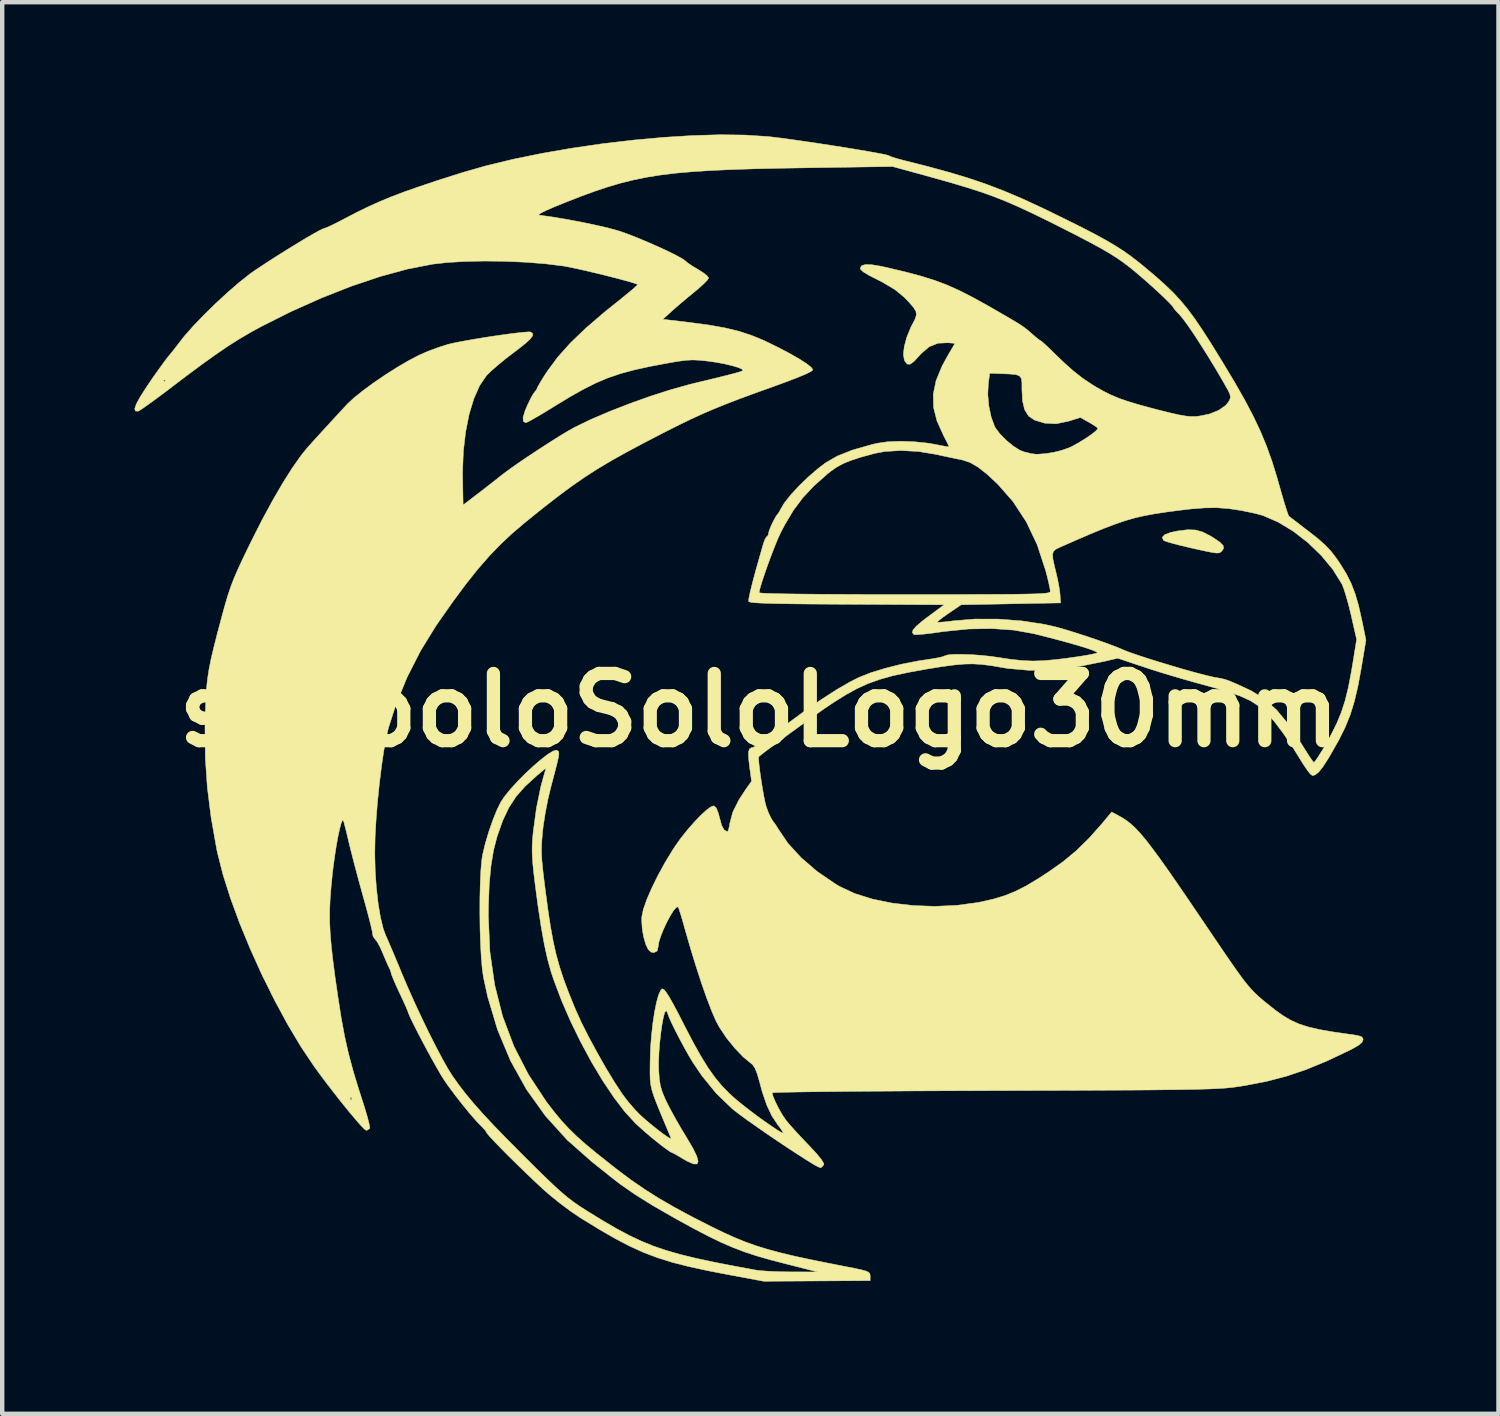
<source format=kicad_pcb>
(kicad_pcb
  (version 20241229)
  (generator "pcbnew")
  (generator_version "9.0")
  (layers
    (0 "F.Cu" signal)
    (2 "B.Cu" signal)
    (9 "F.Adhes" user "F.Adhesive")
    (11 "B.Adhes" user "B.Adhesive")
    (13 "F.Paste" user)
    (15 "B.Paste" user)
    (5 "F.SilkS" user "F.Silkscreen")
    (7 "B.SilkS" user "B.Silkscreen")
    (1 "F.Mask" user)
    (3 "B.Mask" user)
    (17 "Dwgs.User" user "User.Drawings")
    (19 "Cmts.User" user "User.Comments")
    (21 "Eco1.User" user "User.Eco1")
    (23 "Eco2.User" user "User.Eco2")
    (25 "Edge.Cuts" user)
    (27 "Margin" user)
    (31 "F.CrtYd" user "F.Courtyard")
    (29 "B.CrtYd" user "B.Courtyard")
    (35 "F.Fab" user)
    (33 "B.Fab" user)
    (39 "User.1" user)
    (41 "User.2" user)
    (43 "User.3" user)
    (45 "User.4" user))
  (footprint "simboloSoloLogo30mm"
    (layer "F.Cu")
    (at 14.161 13.054)
    (property "Reference" "simboloSoloLogo30mm" (at 0 0 0) (layer "F.SilkS") (effects (font (size 1.524 1.524) (thickness 0.3))))
    (attr through_hole)
    (fp_poly (pts (xy 9.896 -4.087) (xy 10.062 -4.04) (xy 10.244 -3.946) (xy 10.299 -3.912) (xy 10.445 -3.813) (xy 10.521 -3.737) (xy 10.534 -3.672) (xy 10.491 -3.607) (xy 10.49 -3.607) (xy 10.461 -3.582) (xy 10.424 -3.567) (xy 10.367 -3.565) (xy 10.277 -3.577) (xy 10.139 -3.604) (xy 9.941 -3.647) (xy 9.758 -3.689) (xy 9.551 -3.738) (xy 9.374 -3.784) (xy 9.243 -3.822) (xy 9.175 -3.848) (xy 9.17 -3.852) (xy 9.141 -3.919) (xy 9.195 -3.98) (xy 9.329 -4.031) (xy 9.482 -4.064) (xy 9.713 -4.093) (xy 9.896 -4.087)) (stroke (width 0.01) (type solid)) (fill yes) (layer "F.SilkS"))
    (fp_poly (pts (xy -0.317 -13.042) (xy 0.188 -13.009) (xy 0.275 -13) (xy 0.483 -12.975) (xy 0.732 -12.941) (xy 1.013 -12.901) (xy 1.312 -12.857) (xy 1.618 -12.81) (xy 1.918 -12.763) (xy 2.201 -12.717) (xy 2.454 -12.674) (xy 2.667 -12.636) (xy 2.826 -12.606) (xy 2.919 -12.584) (xy 2.939 -12.576) (xy 3.001 -12.548) (xy 3.12 -12.51) (xy 3.272 -12.469) (xy 3.281 -12.467) (xy 3.832 -12.328) (xy 4.318 -12.195) (xy 4.755 -12.063) (xy 5.163 -11.924) (xy 5.558 -11.772) (xy 5.96 -11.602) (xy 6.384 -11.406) (xy 6.582 -11.311) (xy 6.992 -11.11) (xy 7.335 -10.939) (xy 7.623 -10.79) (xy 7.865 -10.657) (xy 8.073 -10.535) (xy 8.258 -10.417) (xy 8.428 -10.296) (xy 8.597 -10.166) (xy 8.764 -10.03) (xy 9.007 -9.824) (xy 9.214 -9.639) (xy 9.396 -9.463) (xy 9.561 -9.284) (xy 9.72 -9.092) (xy 9.881 -8.874) (xy 10.054 -8.619) (xy 10.249 -8.315) (xy 10.474 -7.95) (xy 10.508 -7.895) (xy 10.782 -7.439) (xy 11.012 -7.035) (xy 11.205 -6.668) (xy 11.368 -6.323) (xy 11.508 -5.985) (xy 11.632 -5.639) (xy 11.746 -5.269) (xy 11.793 -5.103) (xy 11.858 -4.876) (xy 11.916 -4.678) (xy 11.965 -4.524) (xy 11.999 -4.427) (xy 12.012 -4.401) (xy 12.056 -4.367) (xy 12.154 -4.292) (xy 12.291 -4.186) (xy 12.454 -4.061) (xy 12.482 -4.04) (xy 12.687 -3.878) (xy 12.841 -3.74) (xy 12.967 -3.606) (xy 13.085 -3.453) (xy 13.166 -3.335) (xy 13.309 -3.105) (xy 13.422 -2.882) (xy 13.515 -2.642) (xy 13.595 -2.365) (xy 13.671 -2.026) (xy 13.674 -2.012) (xy 13.76 -1.59) (xy 13.652 -0.945) (xy 13.578 -0.543) (xy 13.498 -0.202) (xy 13.404 0.102) (xy 13.287 0.391) (xy 13.138 0.689) (xy 12.95 1.019) (xy 12.907 1.091) (xy 12.786 1.28) (xy 12.689 1.402) (xy 12.609 1.466) (xy 12.547 1.482) (xy 12.501 1.448) (xy 12.429 1.358) (xy 12.345 1.232) (xy 12.335 1.217) (xy 12.103 0.844) (xy 11.884 0.522) (xy 11.687 0.26) (xy 11.515 0.066) (xy 11.477 0.029) (xy 11.318 -0.103) (xy 11.14 -0.216) (xy 10.927 -0.315) (xy 10.664 -0.41) (xy 10.333 -0.507) (xy 10.313 -0.513) (xy 9.884 -0.63) (xy 9.518 -0.735) (xy 9.194 -0.831) (xy 8.892 -0.926) (xy 8.607 -1.02) (xy 8.133 -1.18) (xy 7.803 -1.103) (xy 7.194 -0.981) (xy 6.638 -0.916) (xy 6.123 -0.905) (xy 5.638 -0.948) (xy 5.507 -0.97) (xy 5.261 -1.012) (xy 5.049 -1.039) (xy 4.852 -1.051) (xy 4.65 -1.047) (xy 4.425 -1.027) (xy 4.157 -0.991) (xy 3.827 -0.938) (xy 3.792 -0.932) (xy 3.38 -0.857) (xy 3.035 -0.783) (xy 2.739 -0.701) (xy 2.474 -0.606) (xy 2.221 -0.491) (xy 1.964 -0.349) (xy 1.684 -0.174) (xy 1.63 -0.138) (xy 1.509 -0.056) (xy 1.344 0.059) (xy 1.149 0.198) (xy 0.936 0.351) (xy 0.718 0.509) (xy 0.507 0.663) (xy 0.317 0.804) (xy 0.158 0.923) (xy 0.045 1.01) (xy -0.007 1.053) (xy -0.011 1.102) (xy -0.002 1.216) (xy 0.017 1.375) (xy 0.043 1.561) (xy 0.074 1.755) (xy 0.106 1.938) (xy 0.137 2.091) (xy 0.162 2.185) (xy 0.211 2.319) (xy 0.27 2.444) (xy 0.323 2.528) (xy 0.334 2.54) (xy 0.371 2.589) (xy 0.425 2.677) (xy 0.427 2.681) (xy 0.655 3.017) (xy 0.957 3.346) (xy 1.319 3.657) (xy 1.732 3.939) (xy 1.824 3.994) (xy 2.163 4.153) (xy 2.565 4.28) (xy 3.013 4.372) (xy 3.492 4.428) (xy 3.986 4.446) (xy 4.477 4.424) (xy 4.95 4.361) (xy 5.038 4.344) (xy 5.321 4.279) (xy 5.571 4.203) (xy 5.809 4.107) (xy 6.054 3.983) (xy 6.326 3.82) (xy 6.583 3.653) (xy 6.907 3.422) (xy 7.197 3.18) (xy 7.475 2.908) (xy 7.764 2.584) (xy 7.818 2.519) (xy 7.994 2.307) (xy 8.15 2.39) (xy 8.249 2.446) (xy 8.343 2.509) (xy 8.438 2.584) (xy 8.537 2.677) (xy 8.646 2.794) (xy 8.769 2.94) (xy 8.909 3.122) (xy 9.073 3.344) (xy 9.264 3.612) (xy 9.486 3.932) (xy 9.745 4.31) (xy 10.044 4.752) (xy 10.14 4.893) (xy 10.378 5.245) (xy 10.575 5.535) (xy 10.737 5.77) (xy 10.871 5.959) (xy 10.981 6.109) (xy 11.076 6.229) (xy 11.161 6.327) (xy 11.241 6.411) (xy 11.324 6.488) (xy 11.415 6.567) (xy 11.481 6.621) (xy 11.688 6.787) (xy 11.874 6.921) (xy 12.053 7.027) (xy 12.242 7.112) (xy 12.454 7.181) (xy 12.703 7.239) (xy 13.006 7.292) (xy 13.375 7.345) (xy 13.441 7.353) (xy 13.584 7.377) (xy 13.662 7.404) (xy 13.692 7.443) (xy 13.695 7.472) (xy 13.672 7.528) (xy 13.597 7.593) (xy 13.458 7.674) (xy 13.377 7.715) (xy 12.872 7.954) (xy 12.406 8.146) (xy 11.958 8.297) (xy 11.503 8.416) (xy 11.019 8.509) (xy 10.858 8.534) (xy 10.776 8.546) (xy 10.687 8.556) (xy 10.588 8.566) (xy 10.473 8.574) (xy 10.338 8.581) (xy 10.177 8.588) (xy 9.986 8.593) (xy 9.76 8.598) (xy 9.493 8.603) (xy 9.181 8.606) (xy 8.819 8.61) (xy 8.402 8.613) (xy 7.925 8.615) (xy 7.383 8.618) (xy 6.771 8.62) (xy 6.084 8.622) (xy 5.323 8.624) (xy 4.679 8.627) (xy 4.058 8.629) (xy 3.466 8.632) (xy 2.909 8.636) (xy 2.391 8.639) (xy 1.919 8.644) (xy 1.496 8.648) (xy 1.128 8.652) (xy 0.821 8.657) (xy 0.58 8.662) (xy 0.409 8.666) (xy 0.315 8.671) (xy 0.296 8.674) (xy 0.317 8.755) (xy 0.371 8.882) (xy 0.446 9.031) (xy 0.529 9.176) (xy 0.607 9.292) (xy 0.688 9.389) (xy 0.812 9.528) (xy 0.961 9.689) (xy 1.115 9.851) (xy 1.295 10.043) (xy 1.411 10.184) (xy 1.465 10.274) (xy 1.467 10.306) (xy 1.416 10.363) (xy 1.385 10.372) (xy 1.33 10.348) (xy 1.216 10.284) (xy 1.056 10.185) (xy 0.86 10.059) (xy 0.639 9.915) (xy 0.405 9.758) (xy 0.169 9.598) (xy -0.058 9.44) (xy -0.266 9.294) (xy -0.442 9.165) (xy -0.576 9.062) (xy -0.613 9.031) (xy -0.971 8.687) (xy -1.299 8.284) (xy -1.504 7.98) (xy -1.597 7.825) (xy -1.699 7.642) (xy -1.804 7.447) (xy -1.902 7.256) (xy -1.985 7.086) (xy -2.045 6.952) (xy -2.073 6.872) (xy -2.074 6.863) (xy -2.1 6.818) (xy -2.111 6.816) (xy -2.14 6.855) (xy -2.17 6.963) (xy -2.2 7.123) (xy -2.228 7.319) (xy -2.252 7.535) (xy -2.269 7.753) (xy -2.278 7.959) (xy -2.277 8.136) (xy -2.277 8.144) (xy -2.262 8.353) (xy -2.238 8.512) (xy -2.195 8.656) (xy -2.126 8.82) (xy -2.099 8.876) (xy -2.013 9.046) (xy -1.896 9.259) (xy -1.765 9.487) (xy -1.645 9.685) (xy -1.501 9.929) (xy -1.413 10.11) (xy -1.382 10.229) (xy -1.407 10.288) (xy -1.488 10.287) (xy -1.626 10.227) (xy -1.742 10.16) (xy -1.857 10.091) (xy -1.941 10.045) (xy -1.969 10.033) (xy -2.021 10.007) (xy -2.122 9.936) (xy -2.257 9.833) (xy -2.411 9.709) (xy -2.569 9.576) (xy -2.716 9.445) (xy -2.808 9.36) (xy -3.044 9.103) (xy -3.293 8.777) (xy -3.548 8.396) (xy -3.801 7.973) (xy -4.045 7.521) (xy -4.274 7.053) (xy -4.478 6.583) (xy -4.652 6.124) (xy -4.717 5.929) (xy -4.794 5.652) (xy -4.868 5.317) (xy -4.94 4.916) (xy -5.012 4.443) (xy -5.08 3.929) (xy -5.114 3.647) (xy -5.135 3.426) (xy -5.145 3.244) (xy -5.145 3.079) (xy -5.135 2.908) (xy -5.122 2.768) (xy -5.048 2.216) (xy -4.946 1.72) (xy -4.889 1.511) (xy -4.829 1.307) (xy -5.038 1.482) (xy -5.3 1.72) (xy -5.508 1.955) (xy -5.674 2.209) (xy -5.813 2.503) (xy -5.939 2.86) (xy -5.94 2.862) (xy -6.021 3.175) (xy -6.08 3.534) (xy -6.118 3.949) (xy -6.136 4.431) (xy -6.138 4.682) (xy -6.103 5.476) (xy -5.995 6.227) (xy -5.815 6.939) (xy -5.56 7.616) (xy -5.229 8.26) (xy -4.823 8.876) (xy -4.784 8.927) (xy -4.626 9.131) (xy -4.474 9.313) (xy -4.315 9.484) (xy -4.139 9.656) (xy -3.933 9.839) (xy -3.687 10.043) (xy -3.389 10.28) (xy -3.214 10.417) (xy -2.907 10.647) (xy -2.598 10.86) (xy -2.273 11.066) (xy -1.914 11.273) (xy -1.507 11.492) (xy -1.082 11.708) (xy -0.813 11.839) (xy -0.564 11.952) (xy -0.322 12.051) (xy -0.074 12.14) (xy 0.19 12.222) (xy 0.484 12.301) (xy 0.819 12.381) (xy 1.207 12.464) (xy 1.661 12.555) (xy 1.926 12.607) (xy 2.159 12.652) (xy 2.321 12.687) (xy 2.425 12.716) (xy 2.485 12.743) (xy 2.511 12.773) (xy 2.519 12.812) (xy 2.519 12.827) (xy 2.519 12.933) (xy 1.312 12.94) (xy 0.106 12.947) (xy -0.677 12.801) (xy -1.169 12.706) (xy -1.593 12.614) (xy -1.965 12.519) (xy -2.301 12.414) (xy -2.617 12.295) (xy -2.929 12.153) (xy -3.254 11.984) (xy -3.606 11.781) (xy -4.003 11.538) (xy -4.06 11.502) (xy -4.278 11.355) (xy -4.521 11.173) (xy -4.756 10.983) (xy -4.905 10.852) (xy -5.096 10.674) (xy -5.296 10.483) (xy -5.496 10.288) (xy -5.687 10.1) (xy -5.859 9.926) (xy -6.003 9.777) (xy -6.11 9.662) (xy -6.171 9.59) (xy -6.181 9.572) (xy -6.209 9.524) (xy -6.278 9.449) (xy -6.291 9.437) (xy -6.41 9.314) (xy -6.562 9.14) (xy -6.73 8.934) (xy -6.901 8.716) (xy -7.057 8.504) (xy -7.146 8.375) (xy -7.216 8.263) (xy -7.308 8.104) (xy -7.415 7.913) (xy -7.53 7.703) (xy -7.644 7.488) (xy -7.751 7.283) (xy -7.843 7.101) (xy -7.913 6.957) (xy -7.952 6.865) (xy -7.959 6.841) (xy -7.976 6.797) (xy -8.021 6.693) (xy -8.088 6.546) (xy -8.149 6.416) (xy -8.228 6.245) (xy -8.291 6.101) (xy -8.33 6.002) (xy -8.34 5.968) (xy -8.359 5.898) (xy -8.381 5.852) (xy -8.417 5.777) (xy -8.473 5.65) (xy -8.534 5.503) (xy -8.598 5.361) (xy -8.659 5.25) (xy -8.704 5.195) (xy -8.704 5.194) (xy -8.752 5.128) (xy -8.763 5.071) (xy -8.774 5.002) (xy -8.805 4.867) (xy -8.852 4.681) (xy -8.912 4.457) (xy -8.975 4.229) (xy -9.053 3.948) (xy -9.132 3.655) (xy -9.205 3.378) (xy -9.234 3.261) (xy -8.713 3.261) (xy -8.703 3.65) (xy -8.677 4.028) (xy -8.637 4.381) (xy -8.585 4.693) (xy -8.523 4.949) (xy -8.467 5.101) (xy -8.408 5.234) (xy -8.327 5.423) (xy -8.233 5.646) (xy -8.135 5.88) (xy -8.108 5.948) (xy -7.97 6.271) (xy -7.817 6.615) (xy -7.654 6.965) (xy -7.489 7.307) (xy -7.328 7.625) (xy -7.18 7.906) (xy -7.051 8.135) (xy -6.962 8.276) (xy -6.818 8.481) (xy -6.658 8.689) (xy -6.474 8.911) (xy -6.259 9.153) (xy -6.005 9.425) (xy -5.704 9.735) (xy -5.349 10.092) (xy -5.281 10.16) (xy -5.016 10.423) (xy -4.799 10.634) (xy -4.621 10.804) (xy -4.469 10.94) (xy -4.333 11.053) (xy -4.203 11.152) (xy -4.068 11.246) (xy -3.917 11.343) (xy -3.841 11.39) (xy -3.516 11.589) (xy -3.221 11.76) (xy -2.945 11.907) (xy -2.676 12.034) (xy -2.403 12.146) (xy -2.114 12.245) (xy -1.798 12.336) (xy -1.444 12.423) (xy -1.04 12.51) (xy -0.574 12.601) (xy -0.064 12.695) (xy 0.059 12.709) (xy 0.242 12.721) (xy 0.464 12.73) (xy 0.7 12.734) (xy 0.741 12.734) (xy 1.333 12.736) (xy 0.614 12.554) (xy 0.26 12.462) (xy -0.05 12.373) (xy -0.33 12.281) (xy -0.598 12.179) (xy -0.869 12.061) (xy -1.161 11.919) (xy -1.489 11.748) (xy -1.869 11.54) (xy -1.949 11.495) (xy -2.421 11.223) (xy -2.821 10.973) (xy -3.155 10.741) (xy -3.365 10.577) (xy -3.434 10.521) (xy -3.551 10.428) (xy -3.696 10.313) (xy -3.789 10.239) (xy -4.351 9.743) (xy -4.847 9.194) (xy -5.276 8.594) (xy -5.637 7.944) (xy -5.93 7.244) (xy -6.154 6.495) (xy -6.251 6.046) (xy -6.278 5.85) (xy -6.3 5.591) (xy -6.316 5.284) (xy -6.327 4.948) (xy -6.331 4.599) (xy -6.33 4.254) (xy -6.322 3.929) (xy -6.309 3.642) (xy -6.289 3.41) (xy -6.27 3.281) (xy -6.21 3.03) (xy -6.129 2.756) (xy -6.035 2.486) (xy -5.938 2.247) (xy -5.852 2.075) (xy -5.758 1.938) (xy -5.626 1.777) (xy -5.468 1.605) (xy -5.294 1.43) (xy -5.116 1.265) (xy -4.946 1.119) (xy -4.796 1.003) (xy -4.675 0.928) (xy -4.597 0.904) (xy -4.588 0.906) (xy -4.561 0.92) (xy -4.544 0.943) (xy -4.539 0.986) (xy -4.549 1.062) (xy -4.575 1.181) (xy -4.619 1.354) (xy -4.682 1.594) (xy -4.714 1.714) (xy -4.785 2.008) (xy -4.847 2.324) (xy -4.893 2.621) (xy -4.908 2.752) (xy -4.924 2.929) (xy -4.932 3.082) (xy -4.933 3.231) (xy -4.925 3.393) (xy -4.907 3.587) (xy -4.878 3.831) (xy -4.846 4.085) (xy -4.786 4.532) (xy -4.728 4.912) (xy -4.668 5.241) (xy -4.601 5.538) (xy -4.524 5.817) (xy -4.432 6.098) (xy -4.32 6.397) (xy -4.185 6.73) (xy -4.158 6.795) (xy -4.03 7.076) (xy -3.865 7.404) (xy -3.676 7.754) (xy -3.477 8.105) (xy -3.279 8.431) (xy -3.103 8.7) (xy -2.975 8.869) (xy -2.82 9.049) (xy -2.703 9.17) (xy -2.587 9.275) (xy -2.453 9.388) (xy -2.315 9.499) (xy -2.187 9.597) (xy -2.081 9.671) (xy -2.013 9.711) (xy -1.995 9.708) (xy -2.018 9.651) (xy -2.064 9.54) (xy -2.123 9.399) (xy -2.125 9.396) (xy -2.239 9.122) (xy -2.325 8.91) (xy -2.388 8.745) (xy -2.43 8.611) (xy -2.456 8.492) (xy -2.469 8.37) (xy -2.473 8.232) (xy -2.472 8.06) (xy -2.47 7.938) (xy -2.461 7.655) (xy -2.439 7.37) (xy -2.408 7.094) (xy -2.37 6.842) (xy -2.326 6.625) (xy -2.279 6.456) (xy -2.231 6.349) (xy -2.194 6.316) (xy -2.16 6.33) (xy -2.111 6.387) (xy -2.042 6.493) (xy -1.95 6.656) (xy -1.829 6.883) (xy -1.697 7.141) (xy -1.497 7.526) (xy -1.319 7.844) (xy -1.156 8.108) (xy -0.998 8.33) (xy -0.838 8.522) (xy -0.666 8.697) (xy -0.517 8.83) (xy -0.378 8.944) (xy -0.216 9.07) (xy -0.042 9.201) (xy 0.131 9.325) (xy 0.289 9.435) (xy 0.42 9.522) (xy 0.511 9.576) (xy 0.55 9.588) (xy 0.55 9.586) (xy 0.526 9.54) (xy 0.465 9.452) (xy 0.422 9.397) (xy 0.289 9.196) (xy 0.173 8.95) (xy 0.069 8.642) (xy 0.018 8.452) (xy -0.04 8.249) (xy -0.093 8.115) (xy -0.148 8.034) (xy -0.177 8.011) (xy -0.359 7.861) (xy -0.553 7.658) (xy -0.74 7.427) (xy -0.898 7.191) (xy -0.974 7.051) (xy -1.072 6.826) (xy -1.185 6.532) (xy -1.308 6.181) (xy -1.436 5.786) (xy -1.566 5.36) (xy -1.67 4.999) (xy -1.726 4.801) (xy -1.775 4.635) (xy -1.813 4.516) (xy -1.833 4.461) (xy -1.835 4.459) (xy -1.876 4.468) (xy -1.938 4.54) (xy -2.013 4.659) (xy -2.092 4.806) (xy -2.167 4.967) (xy -2.23 5.124) (xy -2.273 5.261) (xy -2.286 5.352) (xy -2.31 5.458) (xy -2.383 5.495) (xy -2.451 5.483) (xy -2.513 5.425) (xy -2.571 5.303) (xy -2.618 5.138) (xy -2.65 4.951) (xy -2.662 4.764) (xy -2.658 4.68) (xy -2.624 4.514) (xy -2.547 4.294) (xy -2.435 4.035) (xy -2.295 3.75) (xy -2.134 3.456) (xy -1.958 3.166) (xy -1.911 3.094) (xy -1.779 2.907) (xy -1.629 2.719) (xy -1.474 2.541) (xy -1.325 2.385) (xy -1.192 2.263) (xy -1.087 2.187) (xy -1.026 2.167) (xy -0.972 2.213) (xy -0.923 2.334) (xy -0.898 2.433) (xy -0.848 2.611) (xy -0.791 2.714) (xy -0.722 2.751) (xy -0.715 2.751) (xy -0.694 2.714) (xy -0.672 2.619) (xy -0.663 2.561) (xy -0.596 2.311) (xy -0.459 2.035) (xy -0.313 1.81) (xy -0.17 1.609) (xy -0.215 1.287) (xy -0.238 1.085) (xy -0.24 0.952) (xy -0.218 0.877) (xy -0.171 0.848) (xy -0.15 0.847) (xy -0.096 0.822) (xy 0.012 0.755) (xy 0.164 0.652) (xy 0.345 0.522) (xy 0.518 0.395) (xy 0.988 0.051) (xy 1.399 -0.235) (xy 1.757 -0.466) (xy 2.064 -0.644) (xy 2.26 -0.743) (xy 2.527 -0.849) (xy 2.855 -0.95) (xy 3.219 -1.042) (xy 3.593 -1.116) (xy 3.81 -1.149) (xy 3.978 -1.175) (xy 4.115 -1.202) (xy 4.198 -1.227) (xy 4.21 -1.234) (xy 4.279 -1.255) (xy 4.413 -1.267) (xy 4.597 -1.268) (xy 4.811 -1.261) (xy 5.039 -1.245) (xy 5.263 -1.221) (xy 5.376 -1.204) (xy 5.697 -1.156) (xy 5.965 -1.127) (xy 6.207 -1.116) (xy 6.452 -1.124) (xy 6.73 -1.149) (xy 6.981 -1.18) (xy 7.208 -1.212) (xy 7.405 -1.243) (xy 7.558 -1.272) (xy 7.651 -1.294) (xy 7.67 -1.303) (xy 7.645 -1.327) (xy 7.546 -1.368) (xy 7.381 -1.424) (xy 7.158 -1.49) (xy 6.886 -1.567) (xy 6.572 -1.65) (xy 6.225 -1.737) (xy 6.223 -1.737) (xy 5.778 -1.817) (xy 5.28 -1.852) (xy 4.748 -1.842) (xy 4.203 -1.787) (xy 4.157 -1.781) (xy 3.939 -1.75) (xy 3.75 -1.728) (xy 3.606 -1.715) (xy 3.524 -1.713) (xy 3.512 -1.716) (xy 3.475 -1.76) (xy 3.491 -1.821) (xy 3.566 -1.907) (xy 3.672 -1.997) (xy 4.042 -1.997) (xy 4.089 -1.995) (xy 4.199 -2.003) (xy 4.351 -2.02) (xy 4.407 -2.028) (xy 4.897 -2.068) (xy 5.426 -2.067) (xy 5.961 -2.026) (xy 6.469 -1.948) (xy 6.733 -1.888) (xy 6.939 -1.83) (xy 7.185 -1.754) (xy 7.45 -1.668) (xy 7.713 -1.578) (xy 7.951 -1.492) (xy 8.144 -1.418) (xy 8.234 -1.379) (xy 8.363 -1.327) (xy 8.556 -1.259) (xy 8.797 -1.18) (xy 9.067 -1.095) (xy 9.352 -1.009) (xy 9.634 -0.926) (xy 9.896 -0.853) (xy 10.122 -0.794) (xy 10.295 -0.753) (xy 10.372 -0.739) (xy 10.47 -0.723) (xy 10.566 -0.699) (xy 10.676 -0.66) (xy 10.817 -0.6) (xy 11.005 -0.514) (xy 11.16 -0.441) (xy 11.448 -0.264) (xy 11.729 -0.012) (xy 12.006 0.32) (xy 12.28 0.733) (xy 12.386 0.904) (xy 12.477 1.046) (xy 12.544 1.144) (xy 12.579 1.184) (xy 12.58 1.184) (xy 12.612 1.15) (xy 12.675 1.06) (xy 12.757 0.928) (xy 12.8 0.857) (xy 12.966 0.562) (xy 13.098 0.298) (xy 13.203 0.043) (xy 13.289 -0.223) (xy 13.362 -0.521) (xy 13.429 -0.873) (xy 13.462 -1.068) (xy 13.549 -1.607) (xy 13.424 -2.155) (xy 13.37 -2.376) (xy 13.313 -2.581) (xy 13.26 -2.75) (xy 13.217 -2.859) (xy 13.214 -2.864) (xy 13.009 -3.193) (xy 12.746 -3.51) (xy 12.441 -3.804) (xy 12.109 -4.061) (xy 11.765 -4.268) (xy 11.425 -4.415) (xy 11.259 -4.461) (xy 10.929 -4.53) (xy 10.643 -4.573) (xy 10.373 -4.592) (xy 10.094 -4.588) (xy 9.779 -4.563) (xy 9.521 -4.532) (xy 9.226 -4.493) (xy 8.971 -4.454) (xy 8.741 -4.412) (xy 8.524 -4.362) (xy 8.308 -4.3) (xy 8.078 -4.222) (xy 7.823 -4.125) (xy 7.528 -4.004) (xy 7.182 -3.855) (xy 6.806 -3.689) (xy 6.722 -3.648) (xy 6.673 -3.6) (xy 6.654 -3.53) (xy 6.664 -3.421) (xy 6.7 -3.257) (xy 6.729 -3.14) (xy 6.772 -2.954) (xy 6.806 -2.772) (xy 6.824 -2.631) (xy 6.824 -2.625) (xy 6.837 -2.434) (xy 5.71 -2.413) (xy 4.582 -2.392) (xy 4.304 -2.203) (xy 4.176 -2.113) (xy 4.084 -2.042) (xy 4.043 -2.002) (xy 4.042 -1.997) (xy 3.672 -1.997) (xy 3.704 -2.025) (xy 3.834 -2.123) (xy 4.196 -2.392) (xy 1.991 -2.403) (xy 1.483 -2.406) (xy 1.054 -2.409) (xy 0.699 -2.413) (xy 0.41 -2.418) (xy 0.183 -2.424) (xy 0.012 -2.431) (xy -0.11 -2.439) (xy -0.188 -2.449) (xy -0.228 -2.461) (xy -0.236 -2.468) (xy -0.232 -2.532) (xy -0.205 -2.666) (xy 0 -2.666) (xy 0.042 -2.658) (xy 0.166 -2.65) (xy 0.371 -2.644) (xy 0.654 -2.638) (xy 1.013 -2.634) (xy 1.445 -2.63) (xy 1.949 -2.627) (xy 2.522 -2.625) (xy 3.163 -2.625) (xy 3.302 -2.625) (xy 3.909 -2.625) (xy 4.437 -2.625) (xy 4.892 -2.626) (xy 5.278 -2.627) (xy 5.602 -2.629) (xy 5.868 -2.631) (xy 6.083 -2.635) (xy 6.252 -2.639) (xy 6.38 -2.645) (xy 6.473 -2.651) (xy 6.536 -2.659) (xy 6.575 -2.669) (xy 6.596 -2.68) (xy 6.603 -2.693) (xy 6.604 -2.699) (xy 6.593 -2.77) (xy 6.565 -2.901) (xy 6.524 -3.07) (xy 6.497 -3.171) (xy 6.306 -3.752) (xy 6.06 -4.271) (xy 5.757 -4.733) (xy 5.42 -5.117) (xy 5.176 -5.347) (xy 4.966 -5.512) (xy 4.781 -5.619) (xy 4.611 -5.675) (xy 4.602 -5.677) (xy 4.48 -5.701) (xy 4.306 -5.738) (xy 4.109 -5.78) (xy 4.022 -5.8) (xy 3.616 -5.867) (xy 3.218 -5.889) (xy 2.851 -5.867) (xy 2.625 -5.824) (xy 2.326 -5.743) (xy 2.092 -5.668) (xy 1.907 -5.593) (xy 1.752 -5.508) (xy 1.609 -5.407) (xy 1.555 -5.364) (xy 1.245 -5.088) (xy 0.993 -4.82) (xy 0.778 -4.533) (xy 0.581 -4.202) (xy 0.488 -4.023) (xy 0.427 -3.892) (xy 0.354 -3.714) (xy 0.275 -3.509) (xy 0.195 -3.293) (xy 0.122 -3.083) (xy 0.06 -2.898) (xy 0.018 -2.754) (xy 0.000147 -2.67) (xy 0 -2.666) (xy -0.205 -2.666) (xy -0.203 -2.673) (xy -0.15 -2.889) (xy -0.074 -3.174) (xy 0.026 -3.527) (xy 0.098 -3.778) (xy 0.135 -3.879) (xy 0.17 -3.934) (xy 0.178 -3.937) (xy 0.208 -3.972) (xy 0.212 -4.002) (xy 0.23 -4.075) (xy 0.276 -4.188) (xy 0.334 -4.309) (xy 0.389 -4.406) (xy 0.42 -4.445) (xy 0.457 -4.497) (xy 0.488 -4.557) (xy 0.578 -4.707) (xy 0.723 -4.889) (xy 0.909 -5.09) (xy 1.12 -5.293) (xy 1.342 -5.484) (xy 1.505 -5.608) (xy 1.772 -5.763) (xy 2.121 -5.901) (xy 2.553 -6.024) (xy 2.688 -6.055) (xy 2.92 -6.088) (xy 3.205 -6.099) (xy 3.512 -6.089) (xy 3.814 -6.058) (xy 3.958 -6.034) (xy 4.116 -6.004) (xy 4.238 -5.981) (xy 4.303 -5.97) (xy 4.308 -5.969) (xy 4.296 -6.003) (xy 4.253 -6.093) (xy 4.187 -6.22) (xy 4.18 -6.234) (xy 4.033 -6.561) (xy 3.956 -6.868) (xy 3.95 -7.162) (xy 5.186 -7.162) (xy 5.21 -6.897) (xy 5.263 -6.645) (xy 5.34 -6.437) (xy 5.359 -6.402) (xy 5.462 -6.265) (xy 5.603 -6.122) (xy 5.759 -5.993) (xy 5.907 -5.898) (xy 6.005 -5.859) (xy 6.104 -5.836) (xy 6.16 -5.82) (xy 6.293 -5.804) (xy 6.496 -5.818) (xy 6.669 -5.846) (xy 6.841 -5.887) (xy 7.008 -5.943) (xy 7.087 -5.978) (xy 7.242 -6.063) (xy 7.395 -6.157) (xy 7.53 -6.249) (xy 7.63 -6.328) (xy 7.68 -6.381) (xy 7.682 -6.394) (xy 7.636 -6.433) (xy 7.54 -6.494) (xy 7.473 -6.533) (xy 7.285 -6.638) (xy 7.018 -6.554) (xy 6.737 -6.496) (xy 6.476 -6.509) (xy 6.244 -6.58) (xy 6.111 -6.67) (xy 6.021 -6.815) (xy 5.972 -7.023) (xy 5.96 -7.271) (xy 5.96 -7.422) (xy 5.947 -7.521) (xy 5.906 -7.58) (xy 5.822 -7.611) (xy 5.681 -7.624) (xy 5.504 -7.631) (xy 5.23 -7.641) (xy 5.198 -7.408) (xy 5.186 -7.162) (xy 3.95 -7.162) (xy 3.95 -7.168) (xy 4.014 -7.476) (xy 4.149 -7.804) (xy 4.268 -8.022) (xy 4.442 -8.319) (xy 4.285 -8.332) (xy 4.056 -8.322) (xy 3.857 -8.242) (xy 3.674 -8.086) (xy 3.635 -8.042) (xy 3.513 -7.909) (xy 3.424 -7.846) (xy 3.358 -7.85) (xy 3.305 -7.916) (xy 3.294 -7.937) (xy 3.272 -8.067) (xy 3.292 -8.246) (xy 3.348 -8.455) (xy 3.437 -8.673) (xy 3.478 -8.754) (xy 3.539 -8.872) (xy 3.567 -8.963) (xy 3.557 -9.043) (xy 3.503 -9.133) (xy 3.4 -9.251) (xy 3.29 -9.365) (xy 3.085 -9.535) (xy 2.799 -9.705) (xy 2.691 -9.76) (xy 2.493 -9.861) (xy 2.367 -9.937) (xy 2.304 -9.994) (xy 2.295 -10.028) (xy 2.329 -10.082) (xy 2.413 -10.106) (xy 2.553 -10.102) (xy 2.759 -10.068) (xy 2.919 -10.033) (xy 3.331 -9.935) (xy 3.68 -9.842) (xy 3.985 -9.746) (xy 4.267 -9.64) (xy 4.545 -9.515) (xy 4.841 -9.364) (xy 5.174 -9.18) (xy 5.26 -9.131) (xy 5.511 -8.986) (xy 5.7 -8.876) (xy 5.84 -8.793) (xy 5.943 -8.728) (xy 6.021 -8.673) (xy 6.087 -8.622) (xy 6.152 -8.566) (xy 6.182 -8.539) (xy 6.282 -8.453) (xy 6.355 -8.396) (xy 6.38 -8.382) (xy 6.418 -8.354) (xy 6.501 -8.28) (xy 6.614 -8.172) (xy 6.669 -8.117) (xy 6.919 -7.877) (xy 7.134 -7.686) (xy 7.335 -7.529) (xy 7.54 -7.391) (xy 7.634 -7.333) (xy 7.809 -7.234) (xy 7.977 -7.15) (xy 8.155 -7.075) (xy 8.359 -7.004) (xy 8.607 -6.929) (xy 8.914 -6.846) (xy 9.059 -6.808) (xy 9.324 -6.742) (xy 9.524 -6.697) (xy 9.677 -6.67) (xy 9.801 -6.66) (xy 9.912 -6.662) (xy 9.963 -6.667) (xy 10.21 -6.716) (xy 10.422 -6.801) (xy 10.581 -6.913) (xy 10.644 -6.992) (xy 10.676 -7.051) (xy 10.688 -7.104) (xy 10.674 -7.168) (xy 10.629 -7.263) (xy 10.548 -7.407) (xy 10.517 -7.462) (xy 10.354 -7.739) (xy 10.186 -8.016) (xy 10.019 -8.28) (xy 9.863 -8.521) (xy 9.724 -8.724) (xy 9.611 -8.877) (xy 9.537 -8.965) (xy 9.454 -9.052) (xy 9.405 -9.112) (xy 9.398 -9.124) (xy 9.368 -9.169) (xy 9.285 -9.257) (xy 9.161 -9.378) (xy 9.009 -9.52) (xy 8.84 -9.673) (xy 8.666 -9.825) (xy 8.5 -9.966) (xy 8.424 -10.028) (xy 8.276 -10.142) (xy 8.12 -10.251) (xy 7.946 -10.361) (xy 7.739 -10.481) (xy 7.488 -10.617) (xy 7.179 -10.778) (xy 7.004 -10.867) (xy 6.584 -11.079) (xy 6.222 -11.256) (xy 5.901 -11.406) (xy 5.606 -11.535) (xy 5.32 -11.648) (xy 5.026 -11.753) (xy 4.707 -11.855) (xy 4.349 -11.962) (xy 3.933 -12.079) (xy 3.747 -12.131) (xy 3.027 -12.328) (xy 1.206 -12.301) (xy 0.528 -12.29) (xy -0.075 -12.277) (xy -0.609 -12.26) (xy -1.084 -12.238) (xy -1.508 -12.211) (xy -1.888 -12.178) (xy -2.233 -12.136) (xy -2.552 -12.085) (xy -2.853 -12.023) (xy -3.144 -11.951) (xy -3.434 -11.865) (xy -3.73 -11.766) (xy -4.041 -11.652) (xy -4.374 -11.522) (xy -4.634 -11.417) (xy -4.827 -11.333) (xy -4.949 -11.272) (xy -4.998 -11.236) (xy -4.988 -11.227) (xy -4.69 -11.185) (xy -4.365 -11.131) (xy -4.035 -11.069) (xy -3.719 -11.003) (xy -3.438 -10.939) (xy -3.214 -10.878) (xy -3.157 -10.861) (xy -2.971 -10.795) (xy -2.755 -10.71) (xy -2.525 -10.614) (xy -2.295 -10.513) (xy -2.08 -10.414) (xy -1.896 -10.323) (xy -1.758 -10.248) (xy -1.68 -10.196) (xy -1.672 -10.188) (xy -1.615 -10.14) (xy -1.508 -10.068) (xy -1.386 -9.996) (xy -1.262 -9.917) (xy -1.175 -9.847) (xy -1.143 -9.802) (xy -1.174 -9.752) (xy -1.258 -9.666) (xy -1.378 -9.558) (xy -1.45 -9.498) (xy -1.619 -9.359) (xy -1.794 -9.212) (xy -1.941 -9.084) (xy -1.97 -9.058) (xy -2.183 -8.865) (xy -1.568 -8.792) (xy -1.138 -8.735) (xy -0.774 -8.67) (xy -0.458 -8.594) (xy -0.171 -8.5) (xy 0.106 -8.386) (xy 0.167 -8.357) (xy 0.452 -8.217) (xy 0.705 -8.084) (xy 0.917 -7.962) (xy 1.08 -7.857) (xy 1.184 -7.774) (xy 1.22 -7.72) (xy 1.219 -7.717) (xy 1.175 -7.68) (xy 1.055 -7.621) (xy 0.867 -7.542) (xy 0.615 -7.446) (xy 0.402 -7.368) (xy -0.035 -7.211) (xy -0.407 -7.075) (xy -0.728 -6.952) (xy -1.014 -6.836) (xy -1.28 -6.722) (xy -1.54 -6.603) (xy -1.81 -6.472) (xy -2.105 -6.324) (xy -2.138 -6.307) (xy -2.598 -6.069) (xy -2.996 -5.857) (xy -3.347 -5.661) (xy -3.664 -5.472) (xy -3.962 -5.28) (xy -4.256 -5.076) (xy -4.56 -4.85) (xy -4.889 -4.594) (xy -5.258 -4.297) (xy -5.313 -4.252) (xy -5.599 -4.009) (xy -5.866 -3.759) (xy -6.123 -3.491) (xy -6.381 -3.195) (xy -6.648 -2.86) (xy -6.934 -2.474) (xy -7.248 -2.027) (xy -7.332 -1.905) (xy -7.674 -1.35) (xy -7.979 -0.751) (xy -8.232 -0.135) (xy -8.405 0.405) (xy -8.458 0.637) (xy -8.512 0.937) (xy -8.563 1.288) (xy -8.61 1.672) (xy -8.651 2.072) (xy -8.683 2.472) (xy -8.705 2.854) (xy -8.706 2.879) (xy -8.713 3.261) (xy -9.234 3.261) (xy -9.265 3.14) (xy -9.295 3.019) (xy -9.34 2.827) (xy -9.381 2.663) (xy -9.412 2.545) (xy -9.427 2.498) (xy -9.448 2.496) (xy -9.477 2.567) (xy -9.512 2.698) (xy -9.55 2.877) (xy -9.589 3.093) (xy -9.626 3.334) (xy -9.66 3.588) (xy -9.673 3.698) (xy -9.704 4.005) (xy -9.725 4.279) (xy -9.736 4.535) (xy -9.736 4.788) (xy -9.724 5.052) (xy -9.7 5.341) (xy -9.663 5.671) (xy -9.613 6.055) (xy -9.549 6.498) (xy -9.475 6.971) (xy -9.398 7.388) (xy -9.311 7.777) (xy -9.207 8.167) (xy -9.08 8.586) (xy -9.015 8.787) (xy -8.944 9.01) (xy -8.886 9.205) (xy -8.846 9.359) (xy -8.826 9.456) (xy -8.827 9.483) (xy -8.888 9.522) (xy -8.909 9.525) (xy -8.953 9.493) (xy -9.04 9.403) (xy -9.16 9.265) (xy -9.307 9.089) (xy -9.471 8.887) (xy -9.535 8.805) (xy -9.271 8.805) (xy -9.256 8.84) (xy -9.243 8.834) (xy -9.238 8.783) (xy -9.243 8.777) (xy -9.268 8.783) (xy -9.271 8.805) (xy -9.535 8.805) (xy -9.644 8.666) (xy -9.819 8.439) (xy -9.987 8.214) (xy -10.09 8.072) (xy -10.391 7.623) (xy -10.693 7.116) (xy -10.989 6.568) (xy -11.274 5.993) (xy -11.54 5.405) (xy -11.78 4.821) (xy -11.988 4.254) (xy -12.157 3.72) (xy -12.28 3.234) (xy -12.297 3.154) (xy -12.425 2.43) (xy -12.51 1.749) (xy -12.556 1.081) (xy -12.563 0.398) (xy -12.561 0.254) (xy -12.552 -0.045) (xy -12.542 -0.298) (xy -12.526 -0.522) (xy -12.503 -0.73) (xy -12.47 -0.94) (xy -12.425 -1.165) (xy -12.364 -1.423) (xy -12.287 -1.727) (xy -12.189 -2.095) (xy -12.166 -2.18) (xy -12.101 -2.416) (xy -12.041 -2.616) (xy -11.979 -2.8) (xy -11.909 -2.982) (xy -11.824 -3.18) (xy -11.718 -3.41) (xy -11.583 -3.69) (xy -11.493 -3.873) (xy -11.259 -4.334) (xy -11.025 -4.765) (xy -10.798 -5.155) (xy -10.583 -5.495) (xy -10.387 -5.773) (xy -10.265 -5.925) (xy -10.182 -6.019) (xy -10.062 -6.153) (xy -9.899 -6.331) (xy -9.69 -6.559) (xy -9.429 -6.842) (xy -9.333 -6.945) (xy -9.19 -7.079) (xy -8.989 -7.241) (xy -8.748 -7.418) (xy -8.483 -7.599) (xy -8.211 -7.772) (xy -7.951 -7.925) (xy -7.719 -8.046) (xy -7.713 -8.049) (xy -7.505 -8.14) (xy -7.274 -8.226) (xy -7.067 -8.292) (xy -7.036 -8.301) (xy -6.884 -8.335) (xy -6.685 -8.373) (xy -6.453 -8.414) (xy -6.203 -8.455) (xy -5.95 -8.493) (xy -5.71 -8.527) (xy -5.497 -8.554) (xy -5.327 -8.572) (xy -5.215 -8.579) (xy -5.179 -8.576) (xy -5.133 -8.542) (xy -5.135 -8.491) (xy -5.191 -8.415) (xy -5.307 -8.31) (xy -5.488 -8.167) (xy -5.572 -8.104) (xy -5.758 -7.961) (xy -5.934 -7.816) (xy -6.081 -7.687) (xy -6.179 -7.59) (xy -6.181 -7.588) (xy -6.335 -7.363) (xy -6.466 -7.067) (xy -6.574 -6.712) (xy -6.654 -6.308) (xy -6.705 -5.869) (xy -6.723 -5.404) (xy -6.722 -5.271) (xy -6.71 -4.654) (xy -6.371 -4.913) (xy -6.205 -5.041) (xy -6.044 -5.167) (xy -5.913 -5.27) (xy -5.869 -5.306) (xy -5.723 -5.417) (xy -5.523 -5.56) (xy -5.285 -5.723) (xy -5.027 -5.894) (xy -4.769 -6.061) (xy -4.526 -6.214) (xy -4.317 -6.34) (xy -4.169 -6.422) (xy -3.81 -6.595) (xy -3.392 -6.774) (xy -2.937 -6.951) (xy -2.471 -7.118) (xy -2.016 -7.264) (xy -1.596 -7.382) (xy -1.493 -7.408) (xy -1.156 -7.489) (xy -0.893 -7.553) (xy -0.695 -7.603) (xy -0.552 -7.64) (xy -0.457 -7.667) (xy -0.4 -7.686) (xy -0.372 -7.7) (xy -0.37 -7.702) (xy -0.383 -7.731) (xy -0.464 -7.769) (xy -0.601 -7.81) (xy -0.776 -7.852) (xy -0.977 -7.89) (xy -1.171 -7.917) (xy -1.353 -7.936) (xy -1.506 -7.943) (xy -1.657 -7.935) (xy -1.836 -7.912) (xy -2.06 -7.873) (xy -2.48 -7.794) (xy -2.835 -7.716) (xy -3.144 -7.632) (xy -3.427 -7.536) (xy -3.701 -7.42) (xy -3.985 -7.277) (xy -4.299 -7.1) (xy -4.66 -6.881) (xy -4.706 -6.852) (xy -4.897 -6.735) (xy -5.065 -6.636) (xy -5.195 -6.563) (xy -5.274 -6.524) (xy -5.289 -6.519) (xy -5.346 -6.549) (xy -5.352 -6.638) (xy -5.306 -6.791) (xy -5.247 -6.928) (xy -5.178 -7.069) (xy -5.118 -7.176) (xy -5.078 -7.23) (xy -5.075 -7.232) (xy -5.038 -7.28) (xy -5.038 -7.289) (xy -5.015 -7.34) (xy -4.955 -7.444) (xy -4.868 -7.585) (xy -4.794 -7.697) (xy -4.566 -8.005) (xy -4.284 -8.321) (xy -3.941 -8.652) (xy -3.53 -9.006) (xy -3.31 -9.184) (xy -3.125 -9.331) (xy -2.967 -9.461) (xy -2.844 -9.563) (xy -2.77 -9.63) (xy -2.752 -9.651) (xy -2.791 -9.67) (xy -2.897 -9.704) (xy -3.058 -9.749) (xy -3.257 -9.802) (xy -3.481 -9.859) (xy -3.715 -9.916) (xy -3.944 -9.97) (xy -4.154 -10.017) (xy -4.329 -10.053) (xy -4.445 -10.074) (xy -4.843 -10.123) (xy -5.285 -10.158) (xy -5.751 -10.179) (xy -6.218 -10.185) (xy -6.665 -10.176) (xy -7.071 -10.152) (xy -7.408 -10.114) (xy -7.977 -10.002) (xy -8.593 -9.834) (xy -9.247 -9.614) (xy -9.925 -9.347) (xy -10.618 -9.037) (xy -11.295 -8.697) (xy -11.548 -8.558) (xy -11.798 -8.411) (xy -12.057 -8.246) (xy -12.335 -8.055) (xy -12.647 -7.832) (xy -13.003 -7.567) (xy -13.262 -7.37) (xy -13.483 -7.202) (xy -13.684 -7.053) (xy -13.855 -6.929) (xy -13.984 -6.838) (xy -14.062 -6.788) (xy -14.077 -6.781) (xy -14.142 -6.785) (xy -14.156 -6.839) (xy -14.119 -6.947) (xy -14.028 -7.112) (xy -13.884 -7.337) (xy -13.861 -7.371) (xy -13.792 -7.472) (xy -13.504 -7.472) (xy -13.483 -7.451) (xy -13.462 -7.472) (xy -13.483 -7.493) (xy -13.504 -7.472) (xy -13.792 -7.472) (xy -13.726 -7.568) (xy -13.592 -7.756) (xy -13.475 -7.917) (xy -13.389 -8.029) (xy -13.382 -8.037) (xy -13.289 -8.15) (xy -13.215 -8.244) (xy -13.187 -8.282) (xy -13.033 -8.48) (xy -12.827 -8.713) (xy -12.583 -8.967) (xy -12.317 -9.227) (xy -12.045 -9.478) (xy -11.781 -9.706) (xy -11.542 -9.895) (xy -11.43 -9.974) (xy -11.214 -10.117) (xy -10.982 -10.267) (xy -10.745 -10.417) (xy -10.514 -10.559) (xy -10.301 -10.688) (xy -10.118 -10.795) (xy -9.977 -10.873) (xy -9.889 -10.916) (xy -9.869 -10.922) (xy -9.813 -10.941) (xy -9.7 -10.992) (xy -9.547 -11.068) (xy -9.386 -11.152) (xy -9.119 -11.291) (xy -8.862 -11.416) (xy -8.603 -11.533) (xy -8.329 -11.646) (xy -8.028 -11.76) (xy -7.685 -11.88) (xy -7.29 -12.012) (xy -6.828 -12.159) (xy -6.722 -12.193) (xy -6.168 -12.351) (xy -5.56 -12.497) (xy -4.911 -12.629) (xy -4.234 -12.746) (xy -3.541 -12.847) (xy -2.847 -12.928) (xy -2.164 -12.99) (xy -1.506 -13.031) (xy -0.886 -13.049) (xy -0.317 -13.042)) (stroke (width 0.01) (type solid)) (fill yes) (layer "F.SilkS")))
  (gr_rect
    (start -3 -3)
    (end 30.926 29.006)
    (stroke (width 0.1) (type default))
    (fill no)
    (layer "Edge.Cuts")))
</source>
